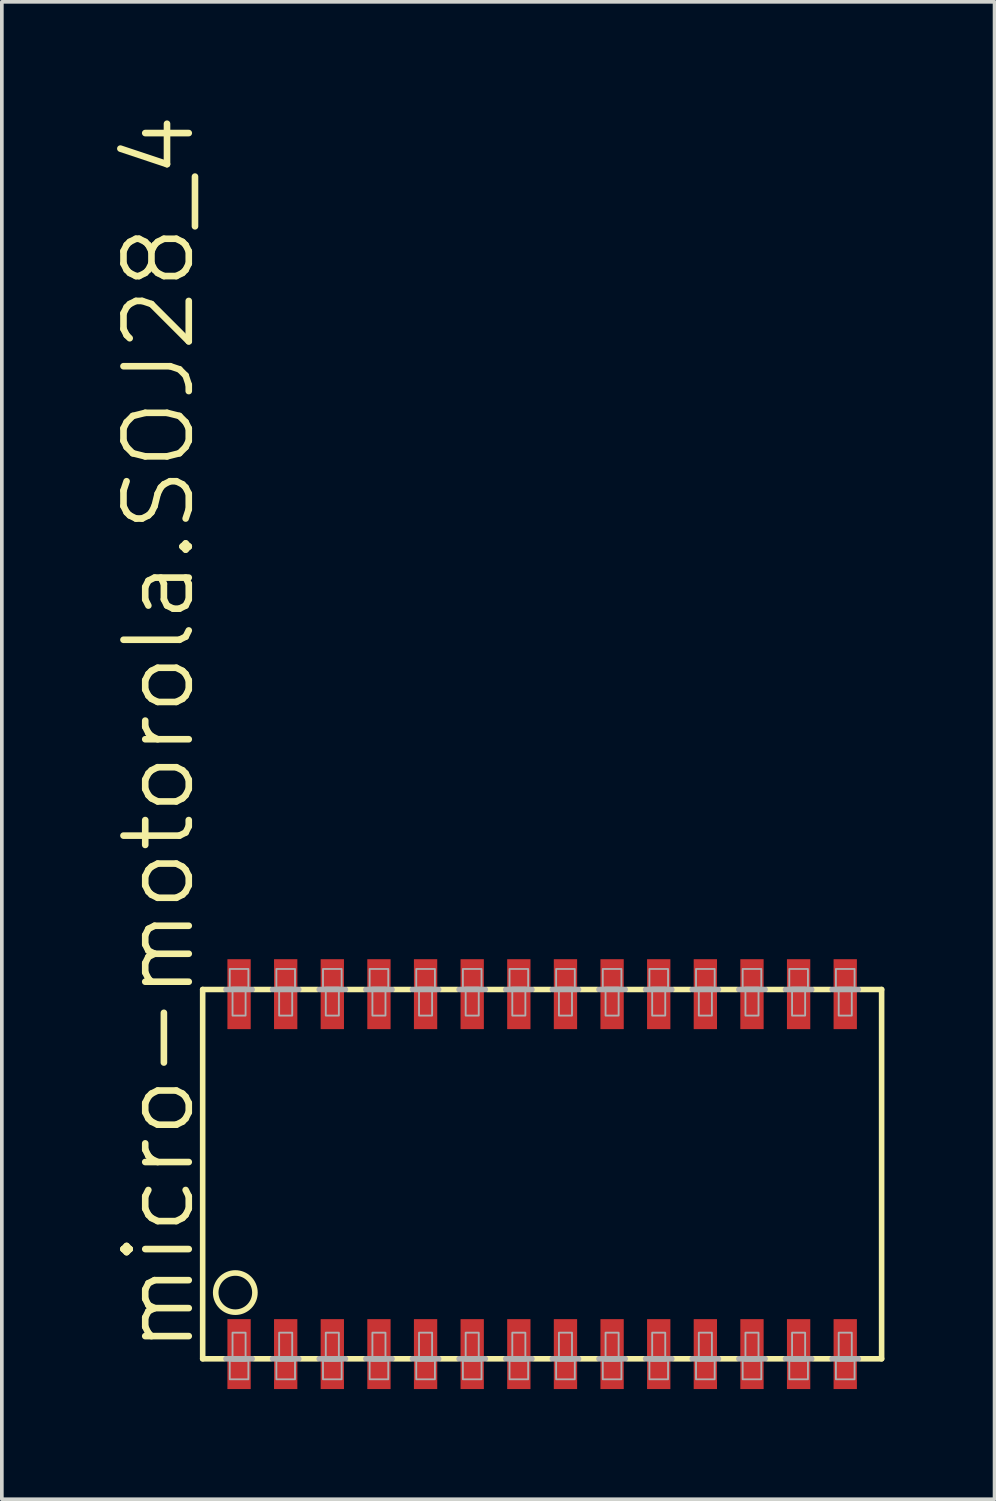
<source format=kicad_pcb>
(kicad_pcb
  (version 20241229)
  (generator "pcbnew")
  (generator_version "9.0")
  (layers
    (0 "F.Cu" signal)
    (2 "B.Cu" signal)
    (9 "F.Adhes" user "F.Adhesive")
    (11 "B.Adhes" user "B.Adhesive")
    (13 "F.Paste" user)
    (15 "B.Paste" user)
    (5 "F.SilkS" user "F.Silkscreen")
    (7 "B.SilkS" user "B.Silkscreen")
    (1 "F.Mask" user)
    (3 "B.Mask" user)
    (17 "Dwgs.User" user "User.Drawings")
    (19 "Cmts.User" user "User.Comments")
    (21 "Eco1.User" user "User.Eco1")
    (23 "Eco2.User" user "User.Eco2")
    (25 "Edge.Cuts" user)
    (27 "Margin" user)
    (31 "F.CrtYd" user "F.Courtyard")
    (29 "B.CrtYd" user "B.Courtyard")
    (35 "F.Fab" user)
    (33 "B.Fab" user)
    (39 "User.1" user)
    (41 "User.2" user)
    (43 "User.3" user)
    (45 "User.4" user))
  (footprint "micro-motorola.SOJ28_4"
    (layer "F.Cu")
    (at 11.716 28.929)
    (property "Reference" "micro-motorola.SOJ28_4" (at -9.398 4.953 90) (layer "F.SilkS") (effects (font (size 1.778 1.778) (thickness 0.18)) (justify left bottom)))
    (attr smd)
    (fp_line (start -9.246 -5.029) (end -9.246 5.029) (stroke (width 0.152) (type default)) (layer "F.SilkS"))
    (fp_line (start -9.246 -5.029) (end -8.661 -5.029) (stroke (width 0.152) (type default)) (layer "F.SilkS"))
    (fp_line (start -9.246 5.029) (end -8.661 5.029) (stroke (width 0.152) (type default)) (layer "F.SilkS"))
    (fp_line (start -7.849 -5.029) (end -7.391 -5.029) (stroke (width 0.152) (type default)) (layer "F.SilkS"))
    (fp_line (start -7.391 5.029) (end -7.849 5.029) (stroke (width 0.152) (type default)) (layer "F.SilkS"))
    (fp_line (start -6.579 -5.029) (end -6.121 -5.029) (stroke (width 0.152) (type default)) (layer "F.SilkS"))
    (fp_line (start -6.121 5.029) (end -6.579 5.029) (stroke (width 0.152) (type default)) (layer "F.SilkS"))
    (fp_line (start -5.309 -5.029) (end -4.851 -5.029) (stroke (width 0.152) (type default)) (layer "F.SilkS"))
    (fp_line (start -4.851 5.029) (end -5.309 5.029) (stroke (width 0.152) (type default)) (layer "F.SilkS"))
    (fp_line (start -4.039 -5.029) (end -3.581 -5.029) (stroke (width 0.152) (type default)) (layer "F.SilkS"))
    (fp_line (start -3.581 5.029) (end -4.039 5.029) (stroke (width 0.152) (type default)) (layer "F.SilkS"))
    (fp_line (start -2.769 -5.029) (end -2.311 -5.029) (stroke (width 0.152) (type default)) (layer "F.SilkS"))
    (fp_line (start -2.311 5.029) (end -2.769 5.029) (stroke (width 0.152) (type default)) (layer "F.SilkS"))
    (fp_line (start -1.499 -5.029) (end -1.041 -5.029) (stroke (width 0.152) (type default)) (layer "F.SilkS"))
    (fp_line (start -1.041 5.029) (end -1.499 5.029) (stroke (width 0.152) (type default)) (layer "F.SilkS"))
    (fp_line (start -0.229 -5.029) (end 0.229 -5.029) (stroke (width 0.152) (type default)) (layer "F.SilkS"))
    (fp_line (start 0.229 5.029) (end -0.229 5.029) (stroke (width 0.152) (type default)) (layer "F.SilkS"))
    (fp_line (start 1.041 -5.029) (end 1.499 -5.029) (stroke (width 0.152) (type default)) (layer "F.SilkS"))
    (fp_line (start 1.499 5.029) (end 1.041 5.029) (stroke (width 0.152) (type default)) (layer "F.SilkS"))
    (fp_line (start 2.311 -5.029) (end 2.769 -5.029) (stroke (width 0.152) (type default)) (layer "F.SilkS"))
    (fp_line (start 2.769 5.029) (end 2.311 5.029) (stroke (width 0.152) (type default)) (layer "F.SilkS"))
    (fp_line (start 3.581 -5.029) (end 4.039 -5.029) (stroke (width 0.152) (type default)) (layer "F.SilkS"))
    (fp_line (start 4.039 5.029) (end 3.581 5.029) (stroke (width 0.152) (type default)) (layer "F.SilkS"))
    (fp_line (start 4.851 -5.029) (end 5.309 -5.029) (stroke (width 0.152) (type default)) (layer "F.SilkS"))
    (fp_line (start 5.309 5.029) (end 4.851 5.029) (stroke (width 0.152) (type default)) (layer "F.SilkS"))
    (fp_line (start 6.121 -5.029) (end 6.579 -5.029) (stroke (width 0.152) (type default)) (layer "F.SilkS"))
    (fp_line (start 6.579 5.029) (end 6.121 5.029) (stroke (width 0.152) (type default)) (layer "F.SilkS"))
    (fp_line (start 7.391 -5.029) (end 7.849 -5.029) (stroke (width 0.152) (type default)) (layer "F.SilkS"))
    (fp_line (start 7.849 5.029) (end 7.391 5.029) (stroke (width 0.152) (type default)) (layer "F.SilkS"))
    (fp_line (start 9.246 -5.029) (end 8.661 -5.029) (stroke (width 0.152) (type default)) (layer "F.SilkS"))
    (fp_line (start 9.246 5.029) (end 8.661 5.029) (stroke (width 0.152) (type default)) (layer "F.SilkS"))
    (fp_line (start 9.246 5.029) (end 9.246 -5.029) (stroke (width 0.152) (type default)) (layer "F.SilkS"))
    (fp_circle (center -8.357 3.226) (end -7.823 3.226) (stroke (width 0.152) (type default)) (fill no) (layer "F.SilkS"))
    (fp_line (start -8.611 -5.029) (end -7.899 -5.029) (stroke (width 0.152) (type default)) (layer "F.Fab"))
    (fp_line (start -8.611 5.029) (end -7.899 5.029) (stroke (width 0.152) (type default)) (layer "F.Fab"))
    (fp_line (start -7.341 -5.029) (end -6.629 -5.029) (stroke (width 0.152) (type default)) (layer "F.Fab"))
    (fp_line (start -6.629 5.029) (end -7.341 5.029) (stroke (width 0.152) (type default)) (layer "F.Fab"))
    (fp_line (start -6.071 -5.029) (end -5.359 -5.029) (stroke (width 0.152) (type default)) (layer "F.Fab"))
    (fp_line (start -5.359 5.029) (end -6.071 5.029) (stroke (width 0.152) (type default)) (layer "F.Fab"))
    (fp_line (start -4.801 -5.029) (end -4.089 -5.029) (stroke (width 0.152) (type default)) (layer "F.Fab"))
    (fp_line (start -4.089 5.029) (end -4.801 5.029) (stroke (width 0.152) (type default)) (layer "F.Fab"))
    (fp_line (start -3.531 -5.029) (end -2.819 -5.029) (stroke (width 0.152) (type default)) (layer "F.Fab"))
    (fp_line (start -2.819 5.029) (end -3.531 5.029) (stroke (width 0.152) (type default)) (layer "F.Fab"))
    (fp_line (start -2.261 -5.029) (end -1.549 -5.029) (stroke (width 0.152) (type default)) (layer "F.Fab"))
    (fp_line (start -1.549 5.029) (end -2.261 5.029) (stroke (width 0.152) (type default)) (layer "F.Fab"))
    (fp_line (start -0.991 -5.029) (end -0.279 -5.029) (stroke (width 0.152) (type default)) (layer "F.Fab"))
    (fp_line (start -0.279 5.029) (end -0.991 5.029) (stroke (width 0.152) (type default)) (layer "F.Fab"))
    (fp_line (start 0.279 -5.029) (end 0.991 -5.029) (stroke (width 0.152) (type default)) (layer "F.Fab"))
    (fp_line (start 0.991 5.029) (end 0.279 5.029) (stroke (width 0.152) (type default)) (layer "F.Fab"))
    (fp_line (start 1.549 -5.029) (end 2.261 -5.029) (stroke (width 0.152) (type default)) (layer "F.Fab"))
    (fp_line (start 2.261 5.029) (end 1.549 5.029) (stroke (width 0.152) (type default)) (layer "F.Fab"))
    (fp_line (start 2.819 -5.029) (end 3.531 -5.029) (stroke (width 0.152) (type default)) (layer "F.Fab"))
    (fp_line (start 3.531 5.029) (end 2.819 5.029) (stroke (width 0.152) (type default)) (layer "F.Fab"))
    (fp_line (start 4.089 -5.029) (end 4.801 -5.029) (stroke (width 0.152) (type default)) (layer "F.Fab"))
    (fp_line (start 4.801 5.029) (end 4.089 5.029) (stroke (width 0.152) (type default)) (layer "F.Fab"))
    (fp_line (start 5.359 -5.029) (end 6.071 -5.029) (stroke (width 0.152) (type default)) (layer "F.Fab"))
    (fp_line (start 6.071 5.029) (end 5.359 5.029) (stroke (width 0.152) (type default)) (layer "F.Fab"))
    (fp_line (start 6.629 -5.029) (end 7.341 -5.029) (stroke (width 0.152) (type default)) (layer "F.Fab"))
    (fp_line (start 7.341 5.029) (end 6.629 5.029) (stroke (width 0.152) (type default)) (layer "F.Fab"))
    (fp_line (start 8.611 -5.029) (end 7.899 -5.029) (stroke (width 0.152) (type default)) (layer "F.Fab"))
    (fp_line (start 8.611 5.029) (end 7.899 5.029) (stroke (width 0.152) (type default)) (layer "F.Fab"))
    (fp_rect (start -8.509 -5.08) (end -8.001 -5.588) (stroke (width 0.05) (type default)) (fill no) (layer "F.Fab"))
    (fp_rect (start -8.509 5.588) (end -8.001 5.08) (stroke (width 0.05) (type default)) (fill no) (layer "F.Fab"))
    (fp_rect (start -8.433 -4.318) (end -8.077 -5.08) (stroke (width 0.05) (type default)) (fill no) (layer "F.Fab"))
    (fp_rect (start -8.433 5.08) (end -8.077 4.318) (stroke (width 0.05) (type default)) (fill no) (layer "F.Fab"))
    (fp_rect (start -7.239 -5.08) (end -6.731 -5.588) (stroke (width 0.05) (type default)) (fill no) (layer "F.Fab"))
    (fp_rect (start -7.239 5.588) (end -6.731 5.08) (stroke (width 0.05) (type default)) (fill no) (layer "F.Fab"))
    (fp_rect (start -7.163 -4.318) (end -6.807 -5.08) (stroke (width 0.05) (type default)) (fill no) (layer "F.Fab"))
    (fp_rect (start -7.163 5.08) (end -6.807 4.318) (stroke (width 0.05) (type default)) (fill no) (layer "F.Fab"))
    (fp_rect (start -5.969 -5.08) (end -5.461 -5.588) (stroke (width 0.05) (type default)) (fill no) (layer "F.Fab"))
    (fp_rect (start -5.969 5.588) (end -5.461 5.08) (stroke (width 0.05) (type default)) (fill no) (layer "F.Fab"))
    (fp_rect (start -5.893 -4.318) (end -5.537 -5.08) (stroke (width 0.05) (type default)) (fill no) (layer "F.Fab"))
    (fp_rect (start -5.893 5.08) (end -5.537 4.318) (stroke (width 0.05) (type default)) (fill no) (layer "F.Fab"))
    (fp_rect (start -4.699 -5.08) (end -4.191 -5.588) (stroke (width 0.05) (type default)) (fill no) (layer "F.Fab"))
    (fp_rect (start -4.699 5.588) (end -4.191 5.08) (stroke (width 0.05) (type default)) (fill no) (layer "F.Fab"))
    (fp_rect (start -4.623 -4.318) (end -4.267 -5.08) (stroke (width 0.05) (type default)) (fill no) (layer "F.Fab"))
    (fp_rect (start -4.623 5.08) (end -4.267 4.318) (stroke (width 0.05) (type default)) (fill no) (layer "F.Fab"))
    (fp_rect (start -3.429 -5.08) (end -2.921 -5.588) (stroke (width 0.05) (type default)) (fill no) (layer "F.Fab"))
    (fp_rect (start -3.429 5.588) (end -2.921 5.08) (stroke (width 0.05) (type default)) (fill no) (layer "F.Fab"))
    (fp_rect (start -3.353 -4.318) (end -2.997 -5.08) (stroke (width 0.05) (type default)) (fill no) (layer "F.Fab"))
    (fp_rect (start -3.353 5.08) (end -2.997 4.318) (stroke (width 0.05) (type default)) (fill no) (layer "F.Fab"))
    (fp_rect (start -2.159 -5.08) (end -1.651 -5.588) (stroke (width 0.05) (type default)) (fill no) (layer "F.Fab"))
    (fp_rect (start -2.159 5.588) (end -1.651 5.08) (stroke (width 0.05) (type default)) (fill no) (layer "F.Fab"))
    (fp_rect (start -2.083 -4.318) (end -1.727 -5.08) (stroke (width 0.05) (type default)) (fill no) (layer "F.Fab"))
    (fp_rect (start -2.083 5.08) (end -1.727 4.318) (stroke (width 0.05) (type default)) (fill no) (layer "F.Fab"))
    (fp_rect (start -0.889 -5.08) (end -0.381 -5.588) (stroke (width 0.05) (type default)) (fill no) (layer "F.Fab"))
    (fp_rect (start -0.889 5.588) (end -0.381 5.08) (stroke (width 0.05) (type default)) (fill no) (layer "F.Fab"))
    (fp_rect (start -0.813 -4.318) (end -0.457 -5.08) (stroke (width 0.05) (type default)) (fill no) (layer "F.Fab"))
    (fp_rect (start -0.813 5.08) (end -0.457 4.318) (stroke (width 0.05) (type default)) (fill no) (layer "F.Fab"))
    (fp_rect (start 0.381 -5.08) (end 0.889 -5.588) (stroke (width 0.05) (type default)) (fill no) (layer "F.Fab"))
    (fp_rect (start 0.381 5.588) (end 0.889 5.08) (stroke (width 0.05) (type default)) (fill no) (layer "F.Fab"))
    (fp_rect (start 0.457 -4.318) (end 0.813 -5.08) (stroke (width 0.05) (type default)) (fill no) (layer "F.Fab"))
    (fp_rect (start 0.457 5.08) (end 0.813 4.318) (stroke (width 0.05) (type default)) (fill no) (layer "F.Fab"))
    (fp_rect (start 1.651 -5.08) (end 2.159 -5.588) (stroke (width 0.05) (type default)) (fill no) (layer "F.Fab"))
    (fp_rect (start 1.651 5.588) (end 2.159 5.08) (stroke (width 0.05) (type default)) (fill no) (layer "F.Fab"))
    (fp_rect (start 1.727 -4.318) (end 2.083 -5.08) (stroke (width 0.05) (type default)) (fill no) (layer "F.Fab"))
    (fp_rect (start 1.727 5.08) (end 2.083 4.318) (stroke (width 0.05) (type default)) (fill no) (layer "F.Fab"))
    (fp_rect (start 2.921 -5.08) (end 3.429 -5.588) (stroke (width 0.05) (type default)) (fill no) (layer "F.Fab"))
    (fp_rect (start 2.921 5.588) (end 3.429 5.08) (stroke (width 0.05) (type default)) (fill no) (layer "F.Fab"))
    (fp_rect (start 2.997 -4.318) (end 3.353 -5.08) (stroke (width 0.05) (type default)) (fill no) (layer "F.Fab"))
    (fp_rect (start 2.997 5.08) (end 3.353 4.318) (stroke (width 0.05) (type default)) (fill no) (layer "F.Fab"))
    (fp_rect (start 4.191 -5.08) (end 4.699 -5.588) (stroke (width 0.05) (type default)) (fill no) (layer "F.Fab"))
    (fp_rect (start 4.191 5.588) (end 4.699 5.08) (stroke (width 0.05) (type default)) (fill no) (layer "F.Fab"))
    (fp_rect (start 4.267 -4.318) (end 4.623 -5.08) (stroke (width 0.05) (type default)) (fill no) (layer "F.Fab"))
    (fp_rect (start 4.267 5.08) (end 4.623 4.318) (stroke (width 0.05) (type default)) (fill no) (layer "F.Fab"))
    (fp_rect (start 5.461 -5.08) (end 5.969 -5.588) (stroke (width 0.05) (type default)) (fill no) (layer "F.Fab"))
    (fp_rect (start 5.461 5.588) (end 5.969 5.08) (stroke (width 0.05) (type default)) (fill no) (layer "F.Fab"))
    (fp_rect (start 5.537 -4.318) (end 5.893 -5.08) (stroke (width 0.05) (type default)) (fill no) (layer "F.Fab"))
    (fp_rect (start 5.537 5.08) (end 5.893 4.318) (stroke (width 0.05) (type default)) (fill no) (layer "F.Fab"))
    (fp_rect (start 6.731 -5.08) (end 7.239 -5.588) (stroke (width 0.05) (type default)) (fill no) (layer "F.Fab"))
    (fp_rect (start 6.731 5.588) (end 7.239 5.08) (stroke (width 0.05) (type default)) (fill no) (layer "F.Fab"))
    (fp_rect (start 6.807 -4.318) (end 7.163 -5.08) (stroke (width 0.05) (type default)) (fill no) (layer "F.Fab"))
    (fp_rect (start 6.807 5.08) (end 7.163 4.318) (stroke (width 0.05) (type default)) (fill no) (layer "F.Fab"))
    (fp_rect (start 8.001 -5.08) (end 8.509 -5.588) (stroke (width 0.05) (type default)) (fill no) (layer "F.Fab"))
    (fp_rect (start 8.001 5.588) (end 8.509 5.08) (stroke (width 0.05) (type default)) (fill no) (layer "F.Fab"))
    (fp_rect (start 8.077 -4.318) (end 8.433 -5.08) (stroke (width 0.05) (type default)) (fill no) (layer "F.Fab"))
    (fp_rect (start 8.077 5.08) (end 8.433 4.318) (stroke (width 0.05) (type default)) (fill no) (layer "F.Fab"))
    (pad "1" smd roundrect (at -8.255 4.902) (size 0.635 1.905) (layers "F.Cu" "F.Mask" "F.Paste") (roundrect_rratio 0.01))
    (pad "2" smd roundrect (at -6.985 4.902) (size 0.635 1.905) (layers "F.Cu" "F.Mask" "F.Paste") (roundrect_rratio 0.01))
    (pad "3" smd roundrect (at -5.715 4.902) (size 0.635 1.905) (layers "F.Cu" "F.Mask" "F.Paste") (roundrect_rratio 0.01))
    (pad "4" smd roundrect (at -4.445 4.902) (size 0.635 1.905) (layers "F.Cu" "F.Mask" "F.Paste") (roundrect_rratio 0.01))
    (pad "5" smd roundrect (at -3.175 4.902) (size 0.635 1.905) (layers "F.Cu" "F.Mask" "F.Paste") (roundrect_rratio 0.01))
    (pad "6" smd roundrect (at -1.905 4.902) (size 0.635 1.905) (layers "F.Cu" "F.Mask" "F.Paste") (roundrect_rratio 0.01))
    (pad "7" smd roundrect (at -0.635 4.902) (size 0.635 1.905) (layers "F.Cu" "F.Mask" "F.Paste") (roundrect_rratio 0.01))
    (pad "8" smd roundrect (at 0.635 4.902) (size 0.635 1.905) (layers "F.Cu" "F.Mask" "F.Paste") (roundrect_rratio 0.01))
    (pad "9" smd roundrect (at 1.905 4.902) (size 0.635 1.905) (layers "F.Cu" "F.Mask" "F.Paste") (roundrect_rratio 0.01))
    (pad "10" smd roundrect (at 3.175 4.902) (size 0.635 1.905) (layers "F.Cu" "F.Mask" "F.Paste") (roundrect_rratio 0.01))
    (pad "11" smd roundrect (at 4.445 4.902) (size 0.635 1.905) (layers "F.Cu" "F.Mask" "F.Paste") (roundrect_rratio 0.01))
    (pad "12" smd roundrect (at 5.715 4.902) (size 0.635 1.905) (layers "F.Cu" "F.Mask" "F.Paste") (roundrect_rratio 0.01))
    (pad "13" smd roundrect (at 6.985 4.902) (size 0.635 1.905) (layers "F.Cu" "F.Mask" "F.Paste") (roundrect_rratio 0.01))
    (pad "14" smd roundrect (at 8.255 4.902) (size 0.635 1.905) (layers "F.Cu" "F.Mask" "F.Paste") (roundrect_rratio 0.01))
    (pad "15" smd roundrect (at 8.255 -4.902) (size 0.635 1.905) (layers "F.Cu" "F.Mask" "F.Paste") (roundrect_rratio 0.01))
    (pad "16" smd roundrect (at 6.985 -4.902) (size 0.635 1.905) (layers "F.Cu" "F.Mask" "F.Paste") (roundrect_rratio 0.01))
    (pad "17" smd roundrect (at 5.715 -4.902) (size 0.635 1.905) (layers "F.Cu" "F.Mask" "F.Paste") (roundrect_rratio 0.01))
    (pad "18" smd roundrect (at 4.445 -4.902) (size 0.635 1.905) (layers "F.Cu" "F.Mask" "F.Paste") (roundrect_rratio 0.01))
    (pad "19" smd roundrect (at 3.175 -4.902) (size 0.635 1.905) (layers "F.Cu" "F.Mask" "F.Paste") (roundrect_rratio 0.01))
    (pad "20" smd roundrect (at 1.905 -4.902) (size 0.635 1.905) (layers "F.Cu" "F.Mask" "F.Paste") (roundrect_rratio 0.01))
    (pad "21" smd roundrect (at 0.635 -4.902) (size 0.635 1.905) (layers "F.Cu" "F.Mask" "F.Paste") (roundrect_rratio 0.01))
    (pad "22" smd roundrect (at -0.635 -4.902) (size 0.635 1.905) (layers "F.Cu" "F.Mask" "F.Paste") (roundrect_rratio 0.01))
    (pad "23" smd roundrect (at -1.905 -4.902) (size 0.635 1.905) (layers "F.Cu" "F.Mask" "F.Paste") (roundrect_rratio 0.01))
    (pad "24" smd roundrect (at -3.175 -4.902) (size 0.635 1.905) (layers "F.Cu" "F.Mask" "F.Paste") (roundrect_rratio 0.01))
    (pad "25" smd roundrect (at -4.445 -4.902) (size 0.635 1.905) (layers "F.Cu" "F.Mask" "F.Paste") (roundrect_rratio 0.01))
    (pad "26" smd roundrect (at -5.715 -4.902) (size 0.635 1.905) (layers "F.Cu" "F.Mask" "F.Paste") (roundrect_rratio 0.01))
    (pad "27" smd roundrect (at -6.985 -4.902) (size 0.635 1.905) (layers "F.Cu" "F.Mask" "F.Paste") (roundrect_rratio 0.01))
    (pad "28" smd roundrect (at -8.255 -4.902) (size 0.635 1.905) (layers "F.Cu" "F.Mask" "F.Paste") (roundrect_rratio 0.01)))
  (gr_rect
    (start -3 -3)
    (end 24.038 37.783)
    (stroke (width 0.1) (type default))
    (fill no)
    (layer "Edge.Cuts")))
</source>
